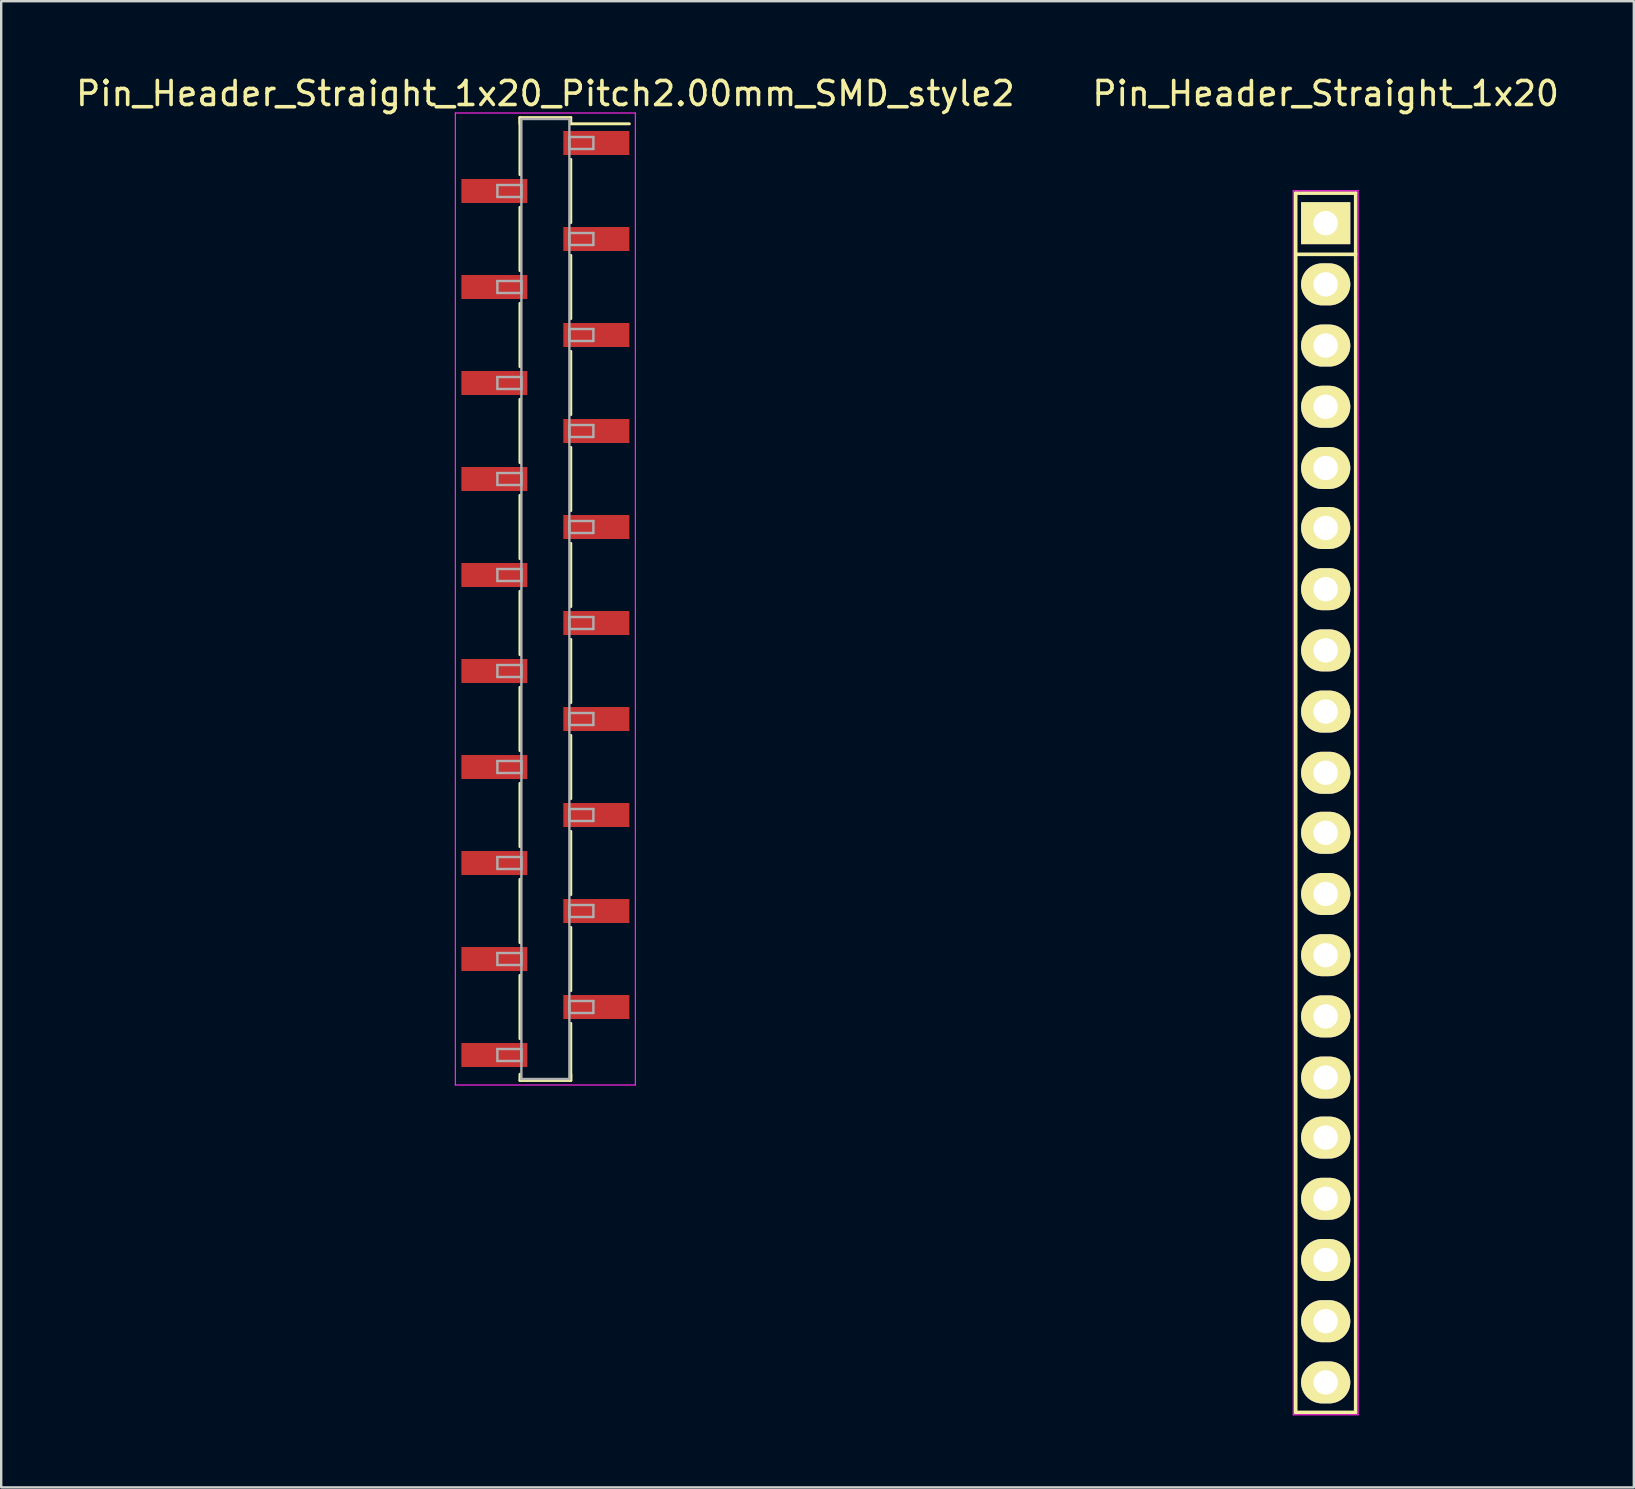
<source format=kicad_pcb>
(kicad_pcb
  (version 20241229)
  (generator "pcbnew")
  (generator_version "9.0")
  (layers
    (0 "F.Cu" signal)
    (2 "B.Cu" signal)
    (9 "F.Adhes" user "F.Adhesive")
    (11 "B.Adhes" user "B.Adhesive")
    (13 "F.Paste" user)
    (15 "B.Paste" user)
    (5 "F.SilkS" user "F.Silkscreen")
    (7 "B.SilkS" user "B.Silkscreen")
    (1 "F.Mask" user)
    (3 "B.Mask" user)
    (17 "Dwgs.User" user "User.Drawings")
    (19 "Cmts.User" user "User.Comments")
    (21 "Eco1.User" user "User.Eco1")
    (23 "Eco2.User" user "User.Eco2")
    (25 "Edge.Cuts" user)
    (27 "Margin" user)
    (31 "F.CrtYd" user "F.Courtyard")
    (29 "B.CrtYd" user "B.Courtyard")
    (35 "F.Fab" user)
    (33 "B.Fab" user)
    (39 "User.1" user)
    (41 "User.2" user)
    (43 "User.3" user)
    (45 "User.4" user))
  (footprint "Pin_Header_Straight_1x20_Pitch2.00mm_SMD_style2"
    (layer "F.Cu")
    (at 19.673 21.908)
    (property "Reference" "Pin_Header_Straight_1x20_Pitch2.00mm_SMD_style2" (at 0 -21.06 0) (layer "F.SilkS") (effects (font (size 1 1) (thickness 0.15))))
    (attr smd)
    (fp_line (start -1.06 -20.06) (end -1.06 -17.68) (stroke (width 0.12) (type solid)) (layer "F.SilkS"))
    (fp_line (start -1.06 -20.06) (end 1.06 -20.06) (stroke (width 0.12) (type solid)) (layer "F.SilkS"))
    (fp_line (start -1.06 -19.8) (end -1.06 -20.06) (stroke (width 0.12) (type solid)) (layer "F.SilkS"))
    (fp_line (start -1.06 -16.32) (end -1.06 -13.68) (stroke (width 0.12) (type solid)) (layer "F.SilkS"))
    (fp_line (start -1.06 -12.32) (end -1.06 -9.68) (stroke (width 0.12) (type solid)) (layer "F.SilkS"))
    (fp_line (start -1.06 -8.32) (end -1.06 -5.68) (stroke (width 0.12) (type solid)) (layer "F.SilkS"))
    (fp_line (start -1.06 -4.32) (end -1.06 -1.68) (stroke (width 0.12) (type solid)) (layer "F.SilkS"))
    (fp_line (start -1.06 -0.32) (end -1.06 2.32) (stroke (width 0.12) (type solid)) (layer "F.SilkS"))
    (fp_line (start -1.06 3.68) (end -1.06 6.32) (stroke (width 0.12) (type solid)) (layer "F.SilkS"))
    (fp_line (start -1.06 7.68) (end -1.06 10.32) (stroke (width 0.12) (type solid)) (layer "F.SilkS"))
    (fp_line (start -1.06 11.68) (end -1.06 14.32) (stroke (width 0.12) (type solid)) (layer "F.SilkS"))
    (fp_line (start -1.06 15.68) (end -1.06 18.32) (stroke (width 0.12) (type solid)) (layer "F.SilkS"))
    (fp_line (start -1.06 19.8) (end -1.06 20.06) (stroke (width 0.12) (type solid)) (layer "F.SilkS"))
    (fp_line (start -1.06 20.06) (end 1.06 20.06) (stroke (width 0.12) (type solid)) (layer "F.SilkS"))
    (fp_line (start 1.06 -20.06) (end 1.06 -19.8) (stroke (width 0.12) (type solid)) (layer "F.SilkS"))
    (fp_line (start 1.06 -19.8) (end 3.5 -19.8) (stroke (width 0.12) (type solid)) (layer "F.SilkS"))
    (fp_line (start 1.06 -18.32) (end 1.06 -15.68) (stroke (width 0.12) (type solid)) (layer "F.SilkS"))
    (fp_line (start 1.06 -14.32) (end 1.06 -11.68) (stroke (width 0.12) (type solid)) (layer "F.SilkS"))
    (fp_line (start 1.06 -10.32) (end 1.06 -7.68) (stroke (width 0.12) (type solid)) (layer "F.SilkS"))
    (fp_line (start 1.06 -6.32) (end 1.06 -3.68) (stroke (width 0.12) (type solid)) (layer "F.SilkS"))
    (fp_line (start 1.06 -2.32) (end 1.06 0.32) (stroke (width 0.12) (type solid)) (layer "F.SilkS"))
    (fp_line (start 1.06 1.68) (end 1.06 4.32) (stroke (width 0.12) (type solid)) (layer "F.SilkS"))
    (fp_line (start 1.06 5.68) (end 1.06 8.32) (stroke (width 0.12) (type solid)) (layer "F.SilkS"))
    (fp_line (start 1.06 9.68) (end 1.06 12.32) (stroke (width 0.12) (type solid)) (layer "F.SilkS"))
    (fp_line (start 1.06 13.68) (end 1.06 16.32) (stroke (width 0.12) (type solid)) (layer "F.SilkS"))
    (fp_line (start 1.06 17.68) (end 1.06 20.06) (stroke (width 0.12) (type solid)) (layer "F.SilkS"))
    (fp_line (start 1.06 20.06) (end 1.06 19.8) (stroke (width 0.12) (type solid)) (layer "F.SilkS"))
    (fp_line (start -3.75 -20.25) (end -3.75 20.25) (stroke (width 0.05) (type solid)) (layer "F.CrtYd"))
    (fp_line (start -3.75 20.25) (end 3.75 20.25) (stroke (width 0.05) (type solid)) (layer "F.CrtYd"))
    (fp_line (start 3.75 -20.25) (end -3.75 -20.25) (stroke (width 0.05) (type solid)) (layer "F.CrtYd"))
    (fp_line (start 3.75 20.25) (end 3.75 -20.25) (stroke (width 0.05) (type solid)) (layer "F.CrtYd"))
    (fp_line (start -2 -17.25) (end -1 -17.25) (stroke (width 0.1) (type solid)) (layer "F.Fab"))
    (fp_line (start -2 -16.75) (end -2 -17.25) (stroke (width 0.1) (type solid)) (layer "F.Fab"))
    (fp_line (start -2 -13.25) (end -1 -13.25) (stroke (width 0.1) (type solid)) (layer "F.Fab"))
    (fp_line (start -2 -12.75) (end -2 -13.25) (stroke (width 0.1) (type solid)) (layer "F.Fab"))
    (fp_line (start -2 -9.25) (end -1 -9.25) (stroke (width 0.1) (type solid)) (layer "F.Fab"))
    (fp_line (start -2 -8.75) (end -2 -9.25) (stroke (width 0.1) (type solid)) (layer "F.Fab"))
    (fp_line (start -2 -5.25) (end -1 -5.25) (stroke (width 0.1) (type solid)) (layer "F.Fab"))
    (fp_line (start -2 -4.75) (end -2 -5.25) (stroke (width 0.1) (type solid)) (layer "F.Fab"))
    (fp_line (start -2 -1.25) (end -1 -1.25) (stroke (width 0.1) (type solid)) (layer "F.Fab"))
    (fp_line (start -2 -0.75) (end -2 -1.25) (stroke (width 0.1) (type solid)) (layer "F.Fab"))
    (fp_line (start -2 2.75) (end -1 2.75) (stroke (width 0.1) (type solid)) (layer "F.Fab"))
    (fp_line (start -2 3.25) (end -2 2.75) (stroke (width 0.1) (type solid)) (layer "F.Fab"))
    (fp_line (start -2 6.75) (end -1 6.75) (stroke (width 0.1) (type solid)) (layer "F.Fab"))
    (fp_line (start -2 7.25) (end -2 6.75) (stroke (width 0.1) (type solid)) (layer "F.Fab"))
    (fp_line (start -2 10.75) (end -1 10.75) (stroke (width 0.1) (type solid)) (layer "F.Fab"))
    (fp_line (start -2 11.25) (end -2 10.75) (stroke (width 0.1) (type solid)) (layer "F.Fab"))
    (fp_line (start -2 14.75) (end -1 14.75) (stroke (width 0.1) (type solid)) (layer "F.Fab"))
    (fp_line (start -2 15.25) (end -2 14.75) (stroke (width 0.1) (type solid)) (layer "F.Fab"))
    (fp_line (start -2 18.75) (end -1 18.75) (stroke (width 0.1) (type solid)) (layer "F.Fab"))
    (fp_line (start -2 19.25) (end -2 18.75) (stroke (width 0.1) (type solid)) (layer "F.Fab"))
    (fp_line (start -1 -20) (end -1 20) (stroke (width 0.1) (type solid)) (layer "F.Fab"))
    (fp_line (start -1 -17.25) (end -1 -16.75) (stroke (width 0.1) (type solid)) (layer "F.Fab"))
    (fp_line (start -1 -16.75) (end -2 -16.75) (stroke (width 0.1) (type solid)) (layer "F.Fab"))
    (fp_line (start -1 -13.25) (end -1 -12.75) (stroke (width 0.1) (type solid)) (layer "F.Fab"))
    (fp_line (start -1 -12.75) (end -2 -12.75) (stroke (width 0.1) (type solid)) (layer "F.Fab"))
    (fp_line (start -1 -9.25) (end -1 -8.75) (stroke (width 0.1) (type solid)) (layer "F.Fab"))
    (fp_line (start -1 -8.75) (end -2 -8.75) (stroke (width 0.1) (type solid)) (layer "F.Fab"))
    (fp_line (start -1 -5.25) (end -1 -4.75) (stroke (width 0.1) (type solid)) (layer "F.Fab"))
    (fp_line (start -1 -4.75) (end -2 -4.75) (stroke (width 0.1) (type solid)) (layer "F.Fab"))
    (fp_line (start -1 -1.25) (end -1 -0.75) (stroke (width 0.1) (type solid)) (layer "F.Fab"))
    (fp_line (start -1 -0.75) (end -2 -0.75) (stroke (width 0.1) (type solid)) (layer "F.Fab"))
    (fp_line (start -1 2.75) (end -1 3.25) (stroke (width 0.1) (type solid)) (layer "F.Fab"))
    (fp_line (start -1 3.25) (end -2 3.25) (stroke (width 0.1) (type solid)) (layer "F.Fab"))
    (fp_line (start -1 6.75) (end -1 7.25) (stroke (width 0.1) (type solid)) (layer "F.Fab"))
    (fp_line (start -1 7.25) (end -2 7.25) (stroke (width 0.1) (type solid)) (layer "F.Fab"))
    (fp_line (start -1 10.75) (end -1 11.25) (stroke (width 0.1) (type solid)) (layer "F.Fab"))
    (fp_line (start -1 11.25) (end -2 11.25) (stroke (width 0.1) (type solid)) (layer "F.Fab"))
    (fp_line (start -1 14.75) (end -1 15.25) (stroke (width 0.1) (type solid)) (layer "F.Fab"))
    (fp_line (start -1 15.25) (end -2 15.25) (stroke (width 0.1) (type solid)) (layer "F.Fab"))
    (fp_line (start -1 18.75) (end -1 19.25) (stroke (width 0.1) (type solid)) (layer "F.Fab"))
    (fp_line (start -1 19.25) (end -2 19.25) (stroke (width 0.1) (type solid)) (layer "F.Fab"))
    (fp_line (start -1 20) (end 1 20) (stroke (width 0.1) (type solid)) (layer "F.Fab"))
    (fp_line (start 1 -20) (end -1 -20) (stroke (width 0.1) (type solid)) (layer "F.Fab"))
    (fp_line (start 1 -19.25) (end 1 -18.75) (stroke (width 0.1) (type solid)) (layer "F.Fab"))
    (fp_line (start 1 -18.75) (end 2 -18.75) (stroke (width 0.1) (type solid)) (layer "F.Fab"))
    (fp_line (start 1 -15.25) (end 1 -14.75) (stroke (width 0.1) (type solid)) (layer "F.Fab"))
    (fp_line (start 1 -14.75) (end 2 -14.75) (stroke (width 0.1) (type solid)) (layer "F.Fab"))
    (fp_line (start 1 -11.25) (end 1 -10.75) (stroke (width 0.1) (type solid)) (layer "F.Fab"))
    (fp_line (start 1 -10.75) (end 2 -10.75) (stroke (width 0.1) (type solid)) (layer "F.Fab"))
    (fp_line (start 1 -7.25) (end 1 -6.75) (stroke (width 0.1) (type solid)) (layer "F.Fab"))
    (fp_line (start 1 -6.75) (end 2 -6.75) (stroke (width 0.1) (type solid)) (layer "F.Fab"))
    (fp_line (start 1 -3.25) (end 1 -2.75) (stroke (width 0.1) (type solid)) (layer "F.Fab"))
    (fp_line (start 1 -2.75) (end 2 -2.75) (stroke (width 0.1) (type solid)) (layer "F.Fab"))
    (fp_line (start 1 0.75) (end 1 1.25) (stroke (width 0.1) (type solid)) (layer "F.Fab"))
    (fp_line (start 1 1.25) (end 2 1.25) (stroke (width 0.1) (type solid)) (layer "F.Fab"))
    (fp_line (start 1 4.75) (end 1 5.25) (stroke (width 0.1) (type solid)) (layer "F.Fab"))
    (fp_line (start 1 5.25) (end 2 5.25) (stroke (width 0.1) (type solid)) (layer "F.Fab"))
    (fp_line (start 1 8.75) (end 1 9.25) (stroke (width 0.1) (type solid)) (layer "F.Fab"))
    (fp_line (start 1 9.25) (end 2 9.25) (stroke (width 0.1) (type solid)) (layer "F.Fab"))
    (fp_line (start 1 12.75) (end 1 13.25) (stroke (width 0.1) (type solid)) (layer "F.Fab"))
    (fp_line (start 1 13.25) (end 2 13.25) (stroke (width 0.1) (type solid)) (layer "F.Fab"))
    (fp_line (start 1 16.75) (end 1 17.25) (stroke (width 0.1) (type solid)) (layer "F.Fab"))
    (fp_line (start 1 17.25) (end 2 17.25) (stroke (width 0.1) (type solid)) (layer "F.Fab"))
    (fp_line (start 1 20) (end 1 -20) (stroke (width 0.1) (type solid)) (layer "F.Fab"))
    (fp_line (start 2 -19.25) (end 1 -19.25) (stroke (width 0.1) (type solid)) (layer "F.Fab"))
    (fp_line (start 2 -18.75) (end 2 -19.25) (stroke (width 0.1) (type solid)) (layer "F.Fab"))
    (fp_line (start 2 -15.25) (end 1 -15.25) (stroke (width 0.1) (type solid)) (layer "F.Fab"))
    (fp_line (start 2 -14.75) (end 2 -15.25) (stroke (width 0.1) (type solid)) (layer "F.Fab"))
    (fp_line (start 2 -11.25) (end 1 -11.25) (stroke (width 0.1) (type solid)) (layer "F.Fab"))
    (fp_line (start 2 -10.75) (end 2 -11.25) (stroke (width 0.1) (type solid)) (layer "F.Fab"))
    (fp_line (start 2 -7.25) (end 1 -7.25) (stroke (width 0.1) (type solid)) (layer "F.Fab"))
    (fp_line (start 2 -6.75) (end 2 -7.25) (stroke (width 0.1) (type solid)) (layer "F.Fab"))
    (fp_line (start 2 -3.25) (end 1 -3.25) (stroke (width 0.1) (type solid)) (layer "F.Fab"))
    (fp_line (start 2 -2.75) (end 2 -3.25) (stroke (width 0.1) (type solid)) (layer "F.Fab"))
    (fp_line (start 2 0.75) (end 1 0.75) (stroke (width 0.1) (type solid)) (layer "F.Fab"))
    (fp_line (start 2 1.25) (end 2 0.75) (stroke (width 0.1) (type solid)) (layer "F.Fab"))
    (fp_line (start 2 4.75) (end 1 4.75) (stroke (width 0.1) (type solid)) (layer "F.Fab"))
    (fp_line (start 2 5.25) (end 2 4.75) (stroke (width 0.1) (type solid)) (layer "F.Fab"))
    (fp_line (start 2 8.75) (end 1 8.75) (stroke (width 0.1) (type solid)) (layer "F.Fab"))
    (fp_line (start 2 9.25) (end 2 8.75) (stroke (width 0.1) (type solid)) (layer "F.Fab"))
    (fp_line (start 2 12.75) (end 1 12.75) (stroke (width 0.1) (type solid)) (layer "F.Fab"))
    (fp_line (start 2 13.25) (end 2 12.75) (stroke (width 0.1) (type solid)) (layer "F.Fab"))
    (fp_line (start 2 16.75) (end 1 16.75) (stroke (width 0.1) (type solid)) (layer "F.Fab"))
    (fp_line (start 2 17.25) (end 2 16.75) (stroke (width 0.1) (type solid)) (layer "F.Fab"))
    (pad "1" smd rect (at 2.125 -19) (size 2.75 1) (layers "F.Cu" "F.Mask"))
    (pad "2" smd rect (at -2.125 -17) (size 2.75 1) (layers "F.Cu" "F.Mask"))
    (pad "3" smd rect (at 2.125 -15) (size 2.75 1) (layers "F.Cu" "F.Mask"))
    (pad "4" smd rect (at -2.125 -13) (size 2.75 1) (layers "F.Cu" "F.Mask"))
    (pad "5" smd rect (at 2.125 -11) (size 2.75 1) (layers "F.Cu" "F.Mask"))
    (pad "6" smd rect (at -2.125 -9) (size 2.75 1) (layers "F.Cu" "F.Mask"))
    (pad "7" smd rect (at 2.125 -7) (size 2.75 1) (layers "F.Cu" "F.Mask"))
    (pad "8" smd rect (at -2.125 -5) (size 2.75 1) (layers "F.Cu" "F.Mask"))
    (pad "9" smd rect (at 2.125 -3) (size 2.75 1) (layers "F.Cu" "F.Mask"))
    (pad "10" smd rect (at -2.125 -1) (size 2.75 1) (layers "F.Cu" "F.Mask"))
    (pad "11" smd rect (at 2.125 1) (size 2.75 1) (layers "F.Cu" "F.Mask"))
    (pad "12" smd rect (at -2.125 3) (size 2.75 1) (layers "F.Cu" "F.Mask"))
    (pad "13" smd rect (at 2.125 5) (size 2.75 1) (layers "F.Cu" "F.Mask"))
    (pad "14" smd rect (at -2.125 7) (size 2.75 1) (layers "F.Cu" "F.Mask"))
    (pad "15" smd rect (at 2.125 9) (size 2.75 1) (layers "F.Cu" "F.Mask"))
    (pad "16" smd rect (at -2.125 11) (size 2.75 1) (layers "F.Cu" "F.Mask"))
    (pad "17" smd rect (at 2.125 13) (size 2.75 1) (layers "F.Cu" "F.Mask"))
    (pad "18" smd rect (at -2.125 15) (size 2.75 1) (layers "F.Cu" "F.Mask"))
    (pad "19" smd rect (at 2.125 17) (size 2.75 1) (layers "F.Cu" "F.Mask"))
    (pad "20" smd rect (at -2.125 19) (size 2.75 1) (layers "F.Cu" "F.Mask")))
  (footprint "Pin_Header_Straight_1x20"
    (layer "F.Cu")
    (at 52.185 6.248)
    (property "Reference" "Pin_Header_Straight_1x20" (at 0 -5.4 0) (layer "F.SilkS") (effects (font (size 1 1) (thickness 0.15))))
    (attr through_hole)
    (fp_line (start -1.25 -1.25) (end -1.25 1.3) (stroke (width 0.15) (type solid)) (layer "F.SilkS"))
    (fp_line (start -1.25 49.55) (end -1.25 1.3) (stroke (width 0.15) (type solid)) (layer "F.SilkS"))
    (fp_line (start 1.25 -1.25) (end -1.25 -1.25) (stroke (width 0.15) (type solid)) (layer "F.SilkS"))
    (fp_line (start 1.25 -1.25) (end 1.25 1.3) (stroke (width 0.15) (type solid)) (layer "F.SilkS"))
    (fp_line (start 1.25 1.3) (end -1.25 1.3) (stroke (width 0.15) (type solid)) (layer "F.SilkS"))
    (fp_line (start 1.25 1.3) (end 1.25 49.55) (stroke (width 0.15) (type solid)) (layer "F.SilkS"))
    (fp_line (start 1.25 49.55) (end -1.25 49.55) (stroke (width 0.15) (type solid)) (layer "F.SilkS"))
    (fp_line (start -1.35 -1.35) (end -1.35 49.65) (stroke (width 0.05) (type solid)) (layer "F.CrtYd"))
    (fp_line (start -1.35 -1.35) (end 1.35 -1.35) (stroke (width 0.05) (type solid)) (layer "F.CrtYd"))
    (fp_line (start -1.35 49.65) (end 1.35 49.65) (stroke (width 0.05) (type solid)) (layer "F.CrtYd"))
    (fp_line (start 1.35 -1.35) (end 1.35 49.65) (stroke (width 0.05) (type solid)) (layer "F.CrtYd"))
    (pad "1" thru_hole rect (at 0 0) (size 2.05 1.75) (drill 1.016) (layers "*.Cu" "*.Mask" "F.SilkS"))
    (pad "2" thru_hole oval (at 0 2.55) (size 2.05 1.75) (drill 1.016) (layers "*.Cu" "*.Mask" "F.SilkS"))
    (pad "3" thru_hole oval (at 0 5.1) (size 2.05 1.75) (drill 1.016) (layers "*.Cu" "*.Mask" "F.SilkS"))
    (pad "4" thru_hole oval (at 0 7.65) (size 2.05 1.75) (drill 1.016) (layers "*.Cu" "*.Mask" "F.SilkS"))
    (pad "5" thru_hole oval (at 0 10.2) (size 2.05 1.75) (drill 1.016) (layers "*.Cu" "*.Mask" "F.SilkS"))
    (pad "6" thru_hole oval (at 0 12.7) (size 2.05 1.75) (drill 1.016) (layers "*.Cu" "*.Mask" "F.SilkS"))
    (pad "7" thru_hole oval (at 0 15.25) (size 2.05 1.75) (drill 1.016) (layers "*.Cu" "*.Mask" "F.SilkS"))
    (pad "8" thru_hole oval (at 0 17.8) (size 2.05 1.75) (drill 1.016) (layers "*.Cu" "*.Mask" "F.SilkS"))
    (pad "9" thru_hole oval (at 0 20.35) (size 2.05 1.75) (drill 1.016) (layers "*.Cu" "*.Mask" "F.SilkS"))
    (pad "10" thru_hole oval (at 0 22.9) (size 2.05 1.75) (drill 1.016) (layers "*.Cu" "*.Mask" "F.SilkS"))
    (pad "11" thru_hole oval (at 0 25.4) (size 2.05 1.75) (drill 1.016) (layers "*.Cu" "*.Mask" "F.SilkS"))
    (pad "12" thru_hole oval (at 0 27.95) (size 2.05 1.75) (drill 1.016) (layers "*.Cu" "*.Mask" "F.SilkS"))
    (pad "13" thru_hole oval (at 0 30.5) (size 2.05 1.75) (drill 1.016) (layers "*.Cu" "*.Mask" "F.SilkS"))
    (pad "14" thru_hole oval (at 0 33.05) (size 2.05 1.75) (drill 1.016) (layers "*.Cu" "*.Mask" "F.SilkS"))
    (pad "15" thru_hole oval (at 0 35.6) (size 2.05 1.75) (drill 1.016) (layers "*.Cu" "*.Mask" "F.SilkS"))
    (pad "16" thru_hole oval (at 0 38.1) (size 2.05 1.75) (drill 1.016) (layers "*.Cu" "*.Mask" "F.SilkS"))
    (pad "17" thru_hole oval (at 0 40.65) (size 2.05 1.75) (drill 1.016) (layers "*.Cu" "*.Mask" "F.SilkS"))
    (pad "18" thru_hole oval (at 0 43.2) (size 2.05 1.75) (drill 1.016) (layers "*.Cu" "*.Mask" "F.SilkS"))
    (pad "19" thru_hole oval (at 0 45.75) (size 2.05 1.75) (drill 1.016) (layers "*.Cu" "*.Mask" "F.SilkS"))
    (pad "20" thru_hole oval (at 0 48.3) (size 2.05 1.75) (drill 1.016) (layers "*.Cu" "*.Mask" "F.SilkS")))
  (gr_rect
    (start -3 -3)
    (end 65.024 58.923)
    (stroke (width 0.1) (type default))
    (fill no)
    (layer "Edge.Cuts")))
</source>
